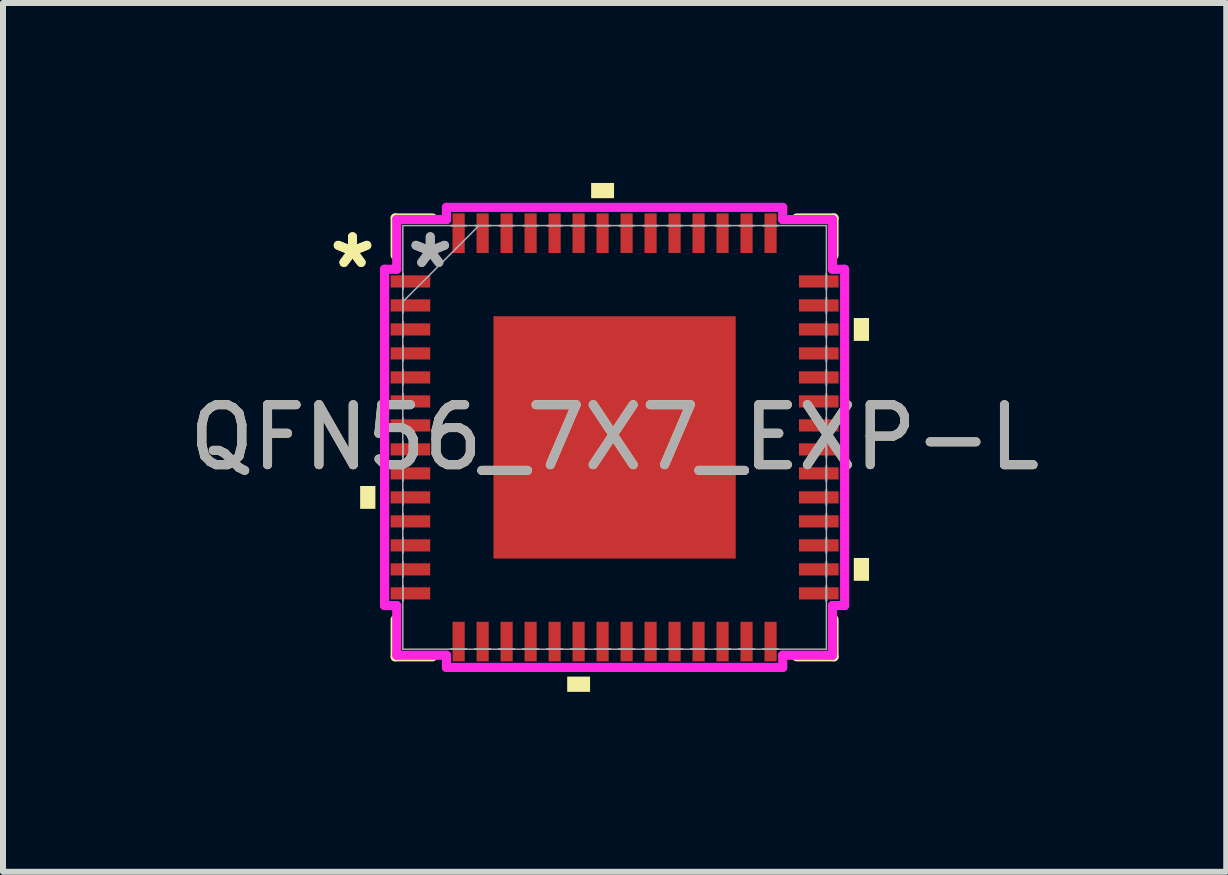
<source format=kicad_pcb>
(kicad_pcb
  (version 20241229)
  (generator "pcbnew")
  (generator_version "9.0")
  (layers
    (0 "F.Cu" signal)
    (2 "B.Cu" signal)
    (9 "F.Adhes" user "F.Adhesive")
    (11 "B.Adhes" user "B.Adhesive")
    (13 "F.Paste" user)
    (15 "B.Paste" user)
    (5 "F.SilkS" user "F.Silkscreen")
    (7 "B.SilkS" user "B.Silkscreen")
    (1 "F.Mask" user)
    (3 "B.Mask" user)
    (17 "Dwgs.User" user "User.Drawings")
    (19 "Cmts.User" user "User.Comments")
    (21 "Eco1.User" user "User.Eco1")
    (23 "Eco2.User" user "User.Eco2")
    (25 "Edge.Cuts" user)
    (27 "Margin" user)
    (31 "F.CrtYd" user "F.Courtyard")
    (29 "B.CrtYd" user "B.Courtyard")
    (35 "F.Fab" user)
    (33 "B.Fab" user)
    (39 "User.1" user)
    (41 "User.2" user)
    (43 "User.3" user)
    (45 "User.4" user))
  (footprint "QFN56_7X7_EXP-L"
    (layer "F.Cu")
    (at 7.196 4.242)
    (property "Reference" "QFN56_7X7_EXP-L" (at 0 0 0) (unlocked yes) (layer "F.SilkS") (effects (font (size 1 1) (thickness 0.15))))
    (attr smd)
    (fp_line (start -3.658 -3.658) (end -3.658 -3.034) (stroke (width 0.152) (type solid)) (layer "F.SilkS"))
    (fp_line (start -3.658 3.034) (end -3.658 3.658) (stroke (width 0.152) (type solid)) (layer "F.SilkS"))
    (fp_line (start -3.658 3.658) (end -3.034 3.658) (stroke (width 0.152) (type solid)) (layer "F.SilkS"))
    (fp_line (start -3.034 -3.658) (end -3.658 -3.658) (stroke (width 0.152) (type solid)) (layer "F.SilkS"))
    (fp_line (start 3.034 3.658) (end 3.658 3.658) (stroke (width 0.152) (type solid)) (layer "F.SilkS"))
    (fp_line (start 3.658 -3.658) (end 3.034 -3.658) (stroke (width 0.152) (type solid)) (layer "F.SilkS"))
    (fp_line (start 3.658 -3.034) (end 3.658 -3.658) (stroke (width 0.152) (type solid)) (layer "F.SilkS"))
    (fp_line (start 3.658 3.658) (end 3.658 3.034) (stroke (width 0.152) (type solid)) (layer "F.SilkS"))
    (fp_poly (pts (xy -4.242 0.81) (xy -4.242 1.191) (xy -3.988 1.191) (xy -3.988 0.81)) (stroke (width 0) (type solid)) (fill yes) (layer "F.SilkS"))
    (fp_poly (pts (xy -0.79 3.988) (xy -0.79 4.242) (xy -0.409 4.242) (xy -0.409 3.988)) (stroke (width 0) (type solid)) (fill yes) (layer "F.SilkS"))
    (fp_poly (pts (xy -0.391 -3.988) (xy -0.391 -4.242) (xy -0.009 -4.242) (xy -0.009 -3.988)) (stroke (width 0) (type solid)) (fill yes) (layer "F.SilkS"))
    (fp_poly (pts (xy 4.242 -1.99) (xy 4.242 -1.609) (xy 3.988 -1.609) (xy 3.988 -1.99)) (stroke (width 0) (type solid)) (fill yes) (layer "F.SilkS"))
    (fp_poly (pts (xy 4.242 2.01) (xy 4.242 2.391) (xy 3.988 2.391) (xy 3.988 2.01)) (stroke (width 0) (type solid)) (fill yes) (layer "F.SilkS"))
    (fp_poly (pts (xy -1.919 -1.919) (xy -1.919 -0.773) (xy -0.773 -0.773) (xy -0.773 -1.919)) (stroke (width 0) (type solid)) (fill yes) (layer "F.Paste"))
    (fp_poly (pts (xy -1.919 -0.573) (xy -1.919 0.573) (xy -0.773 0.573) (xy -0.773 -0.573)) (stroke (width 0) (type solid)) (fill yes) (layer "F.Paste"))
    (fp_poly (pts (xy -1.919 0.773) (xy -1.919 1.919) (xy -0.773 1.919) (xy -0.773 0.773)) (stroke (width 0) (type solid)) (fill yes) (layer "F.Paste"))
    (fp_poly (pts (xy -0.573 -1.919) (xy -0.573 -0.773) (xy 0.573 -0.773) (xy 0.573 -1.919)) (stroke (width 0) (type solid)) (fill yes) (layer "F.Paste"))
    (fp_poly (pts (xy -0.573 -0.573) (xy -0.573 0.573) (xy 0.573 0.573) (xy 0.573 -0.573)) (stroke (width 0) (type solid)) (fill yes) (layer "F.Paste"))
    (fp_poly (pts (xy -0.573 0.773) (xy -0.573 1.919) (xy 0.573 1.919) (xy 0.573 0.773)) (stroke (width 0) (type solid)) (fill yes) (layer "F.Paste"))
    (fp_poly (pts (xy 0.773 -1.919) (xy 0.773 -0.773) (xy 1.919 -0.773) (xy 1.919 -1.919)) (stroke (width 0) (type solid)) (fill yes) (layer "F.Paste"))
    (fp_poly (pts (xy 0.773 -0.573) (xy 0.773 0.573) (xy 1.919 0.573) (xy 1.919 -0.573)) (stroke (width 0) (type solid)) (fill yes) (layer "F.Paste"))
    (fp_poly (pts (xy 0.773 0.773) (xy 0.773 1.919) (xy 1.919 1.919) (xy 1.919 0.773)) (stroke (width 0) (type solid)) (fill yes) (layer "F.Paste"))
    (fp_line (start -3.835 -2.803) (end -3.632 -2.803) (stroke (width 0.152) (type solid)) (layer "F.CrtYd"))
    (fp_line (start -3.835 2.803) (end -3.835 -2.803) (stroke (width 0.152) (type solid)) (layer "F.CrtYd"))
    (fp_line (start -3.632 -3.632) (end -2.803 -3.632) (stroke (width 0.152) (type solid)) (layer "F.CrtYd"))
    (fp_line (start -3.632 -2.803) (end -3.632 -3.632) (stroke (width 0.152) (type solid)) (layer "F.CrtYd"))
    (fp_line (start -3.632 2.803) (end -3.835 2.803) (stroke (width 0.152) (type solid)) (layer "F.CrtYd"))
    (fp_line (start -3.632 3.632) (end -3.632 2.803) (stroke (width 0.152) (type solid)) (layer "F.CrtYd"))
    (fp_line (start -2.803 -3.835) (end 2.803 -3.835) (stroke (width 0.152) (type solid)) (layer "F.CrtYd"))
    (fp_line (start -2.803 -3.632) (end -2.803 -3.835) (stroke (width 0.152) (type solid)) (layer "F.CrtYd"))
    (fp_line (start -2.803 3.632) (end -3.632 3.632) (stroke (width 0.152) (type solid)) (layer "F.CrtYd"))
    (fp_line (start -2.803 3.835) (end -2.803 3.632) (stroke (width 0.152) (type solid)) (layer "F.CrtYd"))
    (fp_line (start 2.803 -3.835) (end 2.803 -3.632) (stroke (width 0.152) (type solid)) (layer "F.CrtYd"))
    (fp_line (start 2.803 -3.632) (end 3.632 -3.632) (stroke (width 0.152) (type solid)) (layer "F.CrtYd"))
    (fp_line (start 2.803 3.632) (end 2.803 3.835) (stroke (width 0.152) (type solid)) (layer "F.CrtYd"))
    (fp_line (start 2.803 3.835) (end -2.803 3.835) (stroke (width 0.152) (type solid)) (layer "F.CrtYd"))
    (fp_line (start 3.632 -3.632) (end 3.632 -2.803) (stroke (width 0.152) (type solid)) (layer "F.CrtYd"))
    (fp_line (start 3.632 -2.803) (end 3.835 -2.803) (stroke (width 0.152) (type solid)) (layer "F.CrtYd"))
    (fp_line (start 3.632 2.803) (end 3.632 3.632) (stroke (width 0.152) (type solid)) (layer "F.CrtYd"))
    (fp_line (start 3.632 3.632) (end 2.803 3.632) (stroke (width 0.152) (type solid)) (layer "F.CrtYd"))
    (fp_line (start 3.835 -2.803) (end 3.835 2.803) (stroke (width 0.152) (type solid)) (layer "F.CrtYd"))
    (fp_line (start 3.835 2.803) (end 3.632 2.803) (stroke (width 0.152) (type solid)) (layer "F.CrtYd"))
    (fp_line (start -3.531 -3.531) (end -3.531 -3.531) (stroke (width 0.025) (type solid)) (layer "F.Fab"))
    (fp_line (start -3.531 -3.531) (end -3.531 3.531) (stroke (width 0.025) (type solid)) (layer "F.Fab"))
    (fp_line (start -3.531 -2.727) (end -3.531 -2.727) (stroke (width 0.025) (type solid)) (layer "F.Fab"))
    (fp_line (start -3.531 -2.727) (end -3.531 -2.473) (stroke (width 0.025) (type solid)) (layer "F.Fab"))
    (fp_line (start -3.531 -2.473) (end -3.531 -2.727) (stroke (width 0.025) (type solid)) (layer "F.Fab"))
    (fp_line (start -3.531 -2.473) (end -3.531 -2.473) (stroke (width 0.025) (type solid)) (layer "F.Fab"))
    (fp_line (start -3.531 -2.327) (end -3.531 -2.327) (stroke (width 0.025) (type solid)) (layer "F.Fab"))
    (fp_line (start -3.531 -2.327) (end -3.531 -2.073) (stroke (width 0.025) (type solid)) (layer "F.Fab"))
    (fp_line (start -3.531 -2.261) (end -2.261 -3.531) (stroke (width 0.025) (type solid)) (layer "F.Fab"))
    (fp_line (start -3.531 -2.073) (end -3.531 -2.327) (stroke (width 0.025) (type solid)) (layer "F.Fab"))
    (fp_line (start -3.531 -2.073) (end -3.531 -2.073) (stroke (width 0.025) (type solid)) (layer "F.Fab"))
    (fp_line (start -3.531 -1.927) (end -3.531 -1.927) (stroke (width 0.025) (type solid)) (layer "F.Fab"))
    (fp_line (start -3.531 -1.927) (end -3.531 -1.673) (stroke (width 0.025) (type solid)) (layer "F.Fab"))
    (fp_line (start -3.531 -1.673) (end -3.531 -1.927) (stroke (width 0.025) (type solid)) (layer "F.Fab"))
    (fp_line (start -3.531 -1.673) (end -3.531 -1.673) (stroke (width 0.025) (type solid)) (layer "F.Fab"))
    (fp_line (start -3.531 -1.527) (end -3.531 -1.527) (stroke (width 0.025) (type solid)) (layer "F.Fab"))
    (fp_line (start -3.531 -1.527) (end -3.531 -1.273) (stroke (width 0.025) (type solid)) (layer "F.Fab"))
    (fp_line (start -3.531 -1.273) (end -3.531 -1.527) (stroke (width 0.025) (type solid)) (layer "F.Fab"))
    (fp_line (start -3.531 -1.273) (end -3.531 -1.273) (stroke (width 0.025) (type solid)) (layer "F.Fab"))
    (fp_line (start -3.531 -1.127) (end -3.531 -1.127) (stroke (width 0.025) (type solid)) (layer "F.Fab"))
    (fp_line (start -3.531 -1.127) (end -3.531 -0.873) (stroke (width 0.025) (type solid)) (layer "F.Fab"))
    (fp_line (start -3.531 -0.873) (end -3.531 -1.127) (stroke (width 0.025) (type solid)) (layer "F.Fab"))
    (fp_line (start -3.531 -0.873) (end -3.531 -0.873) (stroke (width 0.025) (type solid)) (layer "F.Fab"))
    (fp_line (start -3.531 -0.727) (end -3.531 -0.727) (stroke (width 0.025) (type solid)) (layer "F.Fab"))
    (fp_line (start -3.531 -0.727) (end -3.531 -0.473) (stroke (width 0.025) (type solid)) (layer "F.Fab"))
    (fp_line (start -3.531 -0.473) (end -3.531 -0.727) (stroke (width 0.025) (type solid)) (layer "F.Fab"))
    (fp_line (start -3.531 -0.473) (end -3.531 -0.473) (stroke (width 0.025) (type solid)) (layer "F.Fab"))
    (fp_line (start -3.531 -0.327) (end -3.531 -0.327) (stroke (width 0.025) (type solid)) (layer "F.Fab"))
    (fp_line (start -3.531 -0.327) (end -3.531 -0.073) (stroke (width 0.025) (type solid)) (layer "F.Fab"))
    (fp_line (start -3.531 -0.073) (end -3.531 -0.327) (stroke (width 0.025) (type solid)) (layer "F.Fab"))
    (fp_line (start -3.531 -0.073) (end -3.531 -0.073) (stroke (width 0.025) (type solid)) (layer "F.Fab"))
    (fp_line (start -3.531 0.073) (end -3.531 0.073) (stroke (width 0.025) (type solid)) (layer "F.Fab"))
    (fp_line (start -3.531 0.073) (end -3.531 0.327) (stroke (width 0.025) (type solid)) (layer "F.Fab"))
    (fp_line (start -3.531 0.327) (end -3.531 0.073) (stroke (width 0.025) (type solid)) (layer "F.Fab"))
    (fp_line (start -3.531 0.327) (end -3.531 0.327) (stroke (width 0.025) (type solid)) (layer "F.Fab"))
    (fp_line (start -3.531 0.473) (end -3.531 0.473) (stroke (width 0.025) (type solid)) (layer "F.Fab"))
    (fp_line (start -3.531 0.473) (end -3.531 0.727) (stroke (width 0.025) (type solid)) (layer "F.Fab"))
    (fp_line (start -3.531 0.727) (end -3.531 0.473) (stroke (width 0.025) (type solid)) (layer "F.Fab"))
    (fp_line (start -3.531 0.727) (end -3.531 0.727) (stroke (width 0.025) (type solid)) (layer "F.Fab"))
    (fp_line (start -3.531 0.873) (end -3.531 0.873) (stroke (width 0.025) (type solid)) (layer "F.Fab"))
    (fp_line (start -3.531 0.873) (end -3.531 1.127) (stroke (width 0.025) (type solid)) (layer "F.Fab"))
    (fp_line (start -3.531 1.127) (end -3.531 0.873) (stroke (width 0.025) (type solid)) (layer "F.Fab"))
    (fp_line (start -3.531 1.127) (end -3.531 1.127) (stroke (width 0.025) (type solid)) (layer "F.Fab"))
    (fp_line (start -3.531 1.273) (end -3.531 1.273) (stroke (width 0.025) (type solid)) (layer "F.Fab"))
    (fp_line (start -3.531 1.273) (end -3.531 1.527) (stroke (width 0.025) (type solid)) (layer "F.Fab"))
    (fp_line (start -3.531 1.527) (end -3.531 1.273) (stroke (width 0.025) (type solid)) (layer "F.Fab"))
    (fp_line (start -3.531 1.527) (end -3.531 1.527) (stroke (width 0.025) (type solid)) (layer "F.Fab"))
    (fp_line (start -3.531 1.673) (end -3.531 1.673) (stroke (width 0.025) (type solid)) (layer "F.Fab"))
    (fp_line (start -3.531 1.673) (end -3.531 1.927) (stroke (width 0.025) (type solid)) (layer "F.Fab"))
    (fp_line (start -3.531 1.927) (end -3.531 1.673) (stroke (width 0.025) (type solid)) (layer "F.Fab"))
    (fp_line (start -3.531 1.927) (end -3.531 1.927) (stroke (width 0.025) (type solid)) (layer "F.Fab"))
    (fp_line (start -3.531 2.073) (end -3.531 2.073) (stroke (width 0.025) (type solid)) (layer "F.Fab"))
    (fp_line (start -3.531 2.073) (end -3.531 2.327) (stroke (width 0.025) (type solid)) (layer "F.Fab"))
    (fp_line (start -3.531 2.327) (end -3.531 2.073) (stroke (width 0.025) (type solid)) (layer "F.Fab"))
    (fp_line (start -3.531 2.327) (end -3.531 2.327) (stroke (width 0.025) (type solid)) (layer "F.Fab"))
    (fp_line (start -3.531 2.473) (end -3.531 2.473) (stroke (width 0.025) (type solid)) (layer "F.Fab"))
    (fp_line (start -3.531 2.473) (end -3.531 2.727) (stroke (width 0.025) (type solid)) (layer "F.Fab"))
    (fp_line (start -3.531 2.727) (end -3.531 2.473) (stroke (width 0.025) (type solid)) (layer "F.Fab"))
    (fp_line (start -3.531 2.727) (end -3.531 2.727) (stroke (width 0.025) (type solid)) (layer "F.Fab"))
    (fp_line (start -3.531 3.531) (end -3.531 3.531) (stroke (width 0.025) (type solid)) (layer "F.Fab"))
    (fp_line (start -3.531 3.531) (end 3.531 3.531) (stroke (width 0.025) (type solid)) (layer "F.Fab"))
    (fp_line (start -2.727 -3.531) (end -2.727 -3.531) (stroke (width 0.025) (type solid)) (layer "F.Fab"))
    (fp_line (start -2.727 -3.531) (end -2.473 -3.531) (stroke (width 0.025) (type solid)) (layer "F.Fab"))
    (fp_line (start -2.727 3.531) (end -2.727 3.531) (stroke (width 0.025) (type solid)) (layer "F.Fab"))
    (fp_line (start -2.727 3.531) (end -2.473 3.531) (stroke (width 0.025) (type solid)) (layer "F.Fab"))
    (fp_line (start -2.473 -3.531) (end -2.727 -3.531) (stroke (width 0.025) (type solid)) (layer "F.Fab"))
    (fp_line (start -2.473 -3.531) (end -2.473 -3.531) (stroke (width 0.025) (type solid)) (layer "F.Fab"))
    (fp_line (start -2.473 3.531) (end -2.727 3.531) (stroke (width 0.025) (type solid)) (layer "F.Fab"))
    (fp_line (start -2.473 3.531) (end -2.473 3.531) (stroke (width 0.025) (type solid)) (layer "F.Fab"))
    (fp_line (start -2.327 -3.531) (end -2.327 -3.531) (stroke (width 0.025) (type solid)) (layer "F.Fab"))
    (fp_line (start -2.327 -3.531) (end -2.073 -3.531) (stroke (width 0.025) (type solid)) (layer "F.Fab"))
    (fp_line (start -2.327 3.531) (end -2.327 3.531) (stroke (width 0.025) (type solid)) (layer "F.Fab"))
    (fp_line (start -2.327 3.531) (end -2.073 3.531) (stroke (width 0.025) (type solid)) (layer "F.Fab"))
    (fp_line (start -2.073 -3.531) (end -2.327 -3.531) (stroke (width 0.025) (type solid)) (layer "F.Fab"))
    (fp_line (start -2.073 -3.531) (end -2.073 -3.531) (stroke (width 0.025) (type solid)) (layer "F.Fab"))
    (fp_line (start -2.073 3.531) (end -2.327 3.531) (stroke (width 0.025) (type solid)) (layer "F.Fab"))
    (fp_line (start -2.073 3.531) (end -2.073 3.531) (stroke (width 0.025) (type solid)) (layer "F.Fab"))
    (fp_line (start -1.927 -3.531) (end -1.927 -3.531) (stroke (width 0.025) (type solid)) (layer "F.Fab"))
    (fp_line (start -1.927 -3.531) (end -1.673 -3.531) (stroke (width 0.025) (type solid)) (layer "F.Fab"))
    (fp_line (start -1.927 3.531) (end -1.927 3.531) (stroke (width 0.025) (type solid)) (layer "F.Fab"))
    (fp_line (start -1.927 3.531) (end -1.673 3.531) (stroke (width 0.025) (type solid)) (layer "F.Fab"))
    (fp_line (start -1.673 -3.531) (end -1.927 -3.531) (stroke (width 0.025) (type solid)) (layer "F.Fab"))
    (fp_line (start -1.673 -3.531) (end -1.673 -3.531) (stroke (width 0.025) (type solid)) (layer "F.Fab"))
    (fp_line (start -1.673 3.531) (end -1.927 3.531) (stroke (width 0.025) (type solid)) (layer "F.Fab"))
    (fp_line (start -1.673 3.531) (end -1.673 3.531) (stroke (width 0.025) (type solid)) (layer "F.Fab"))
    (fp_line (start -1.527 -3.531) (end -1.527 -3.531) (stroke (width 0.025) (type solid)) (layer "F.Fab"))
    (fp_line (start -1.527 -3.531) (end -1.273 -3.531) (stroke (width 0.025) (type solid)) (layer "F.Fab"))
    (fp_line (start -1.527 3.531) (end -1.527 3.531) (stroke (width 0.025) (type solid)) (layer "F.Fab"))
    (fp_line (start -1.527 3.531) (end -1.273 3.531) (stroke (width 0.025) (type solid)) (layer "F.Fab"))
    (fp_line (start -1.273 -3.531) (end -1.527 -3.531) (stroke (width 0.025) (type solid)) (layer "F.Fab"))
    (fp_line (start -1.273 -3.531) (end -1.273 -3.531) (stroke (width 0.025) (type solid)) (layer "F.Fab"))
    (fp_line (start -1.273 3.531) (end -1.527 3.531) (stroke (width 0.025) (type solid)) (layer "F.Fab"))
    (fp_line (start -1.273 3.531) (end -1.273 3.531) (stroke (width 0.025) (type solid)) (layer "F.Fab"))
    (fp_line (start -1.127 -3.531) (end -1.127 -3.531) (stroke (width 0.025) (type solid)) (layer "F.Fab"))
    (fp_line (start -1.127 -3.531) (end -0.873 -3.531) (stroke (width 0.025) (type solid)) (layer "F.Fab"))
    (fp_line (start -1.127 3.531) (end -1.127 3.531) (stroke (width 0.025) (type solid)) (layer "F.Fab"))
    (fp_line (start -1.127 3.531) (end -0.873 3.531) (stroke (width 0.025) (type solid)) (layer "F.Fab"))
    (fp_line (start -0.873 -3.531) (end -1.127 -3.531) (stroke (width 0.025) (type solid)) (layer "F.Fab"))
    (fp_line (start -0.873 -3.531) (end -0.873 -3.531) (stroke (width 0.025) (type solid)) (layer "F.Fab"))
    (fp_line (start -0.873 3.531) (end -1.127 3.531) (stroke (width 0.025) (type solid)) (layer "F.Fab"))
    (fp_line (start -0.873 3.531) (end -0.873 3.531) (stroke (width 0.025) (type solid)) (layer "F.Fab"))
    (fp_line (start -0.727 -3.531) (end -0.727 -3.531) (stroke (width 0.025) (type solid)) (layer "F.Fab"))
    (fp_line (start -0.727 -3.531) (end -0.473 -3.531) (stroke (width 0.025) (type solid)) (layer "F.Fab"))
    (fp_line (start -0.727 3.531) (end -0.727 3.531) (stroke (width 0.025) (type solid)) (layer "F.Fab"))
    (fp_line (start -0.727 3.531) (end -0.473 3.531) (stroke (width 0.025) (type solid)) (layer "F.Fab"))
    (fp_line (start -0.473 -3.531) (end -0.727 -3.531) (stroke (width 0.025) (type solid)) (layer "F.Fab"))
    (fp_line (start -0.473 -3.531) (end -0.473 -3.531) (stroke (width 0.025) (type solid)) (layer "F.Fab"))
    (fp_line (start -0.473 3.531) (end -0.727 3.531) (stroke (width 0.025) (type solid)) (layer "F.Fab"))
    (fp_line (start -0.473 3.531) (end -0.473 3.531) (stroke (width 0.025) (type solid)) (layer "F.Fab"))
    (fp_line (start -0.327 -3.531) (end -0.327 -3.531) (stroke (width 0.025) (type solid)) (layer "F.Fab"))
    (fp_line (start -0.327 -3.531) (end -0.073 -3.531) (stroke (width 0.025) (type solid)) (layer "F.Fab"))
    (fp_line (start -0.327 3.531) (end -0.327 3.531) (stroke (width 0.025) (type solid)) (layer "F.Fab"))
    (fp_line (start -0.327 3.531) (end -0.073 3.531) (stroke (width 0.025) (type solid)) (layer "F.Fab"))
    (fp_line (start -0.073 -3.531) (end -0.327 -3.531) (stroke (width 0.025) (type solid)) (layer "F.Fab"))
    (fp_line (start -0.073 -3.531) (end -0.073 -3.531) (stroke (width 0.025) (type solid)) (layer "F.Fab"))
    (fp_line (start -0.073 3.531) (end -0.327 3.531) (stroke (width 0.025) (type solid)) (layer "F.Fab"))
    (fp_line (start -0.073 3.531) (end -0.073 3.531) (stroke (width 0.025) (type solid)) (layer "F.Fab"))
    (fp_line (start 0.073 -3.531) (end 0.073 -3.531) (stroke (width 0.025) (type solid)) (layer "F.Fab"))
    (fp_line (start 0.073 -3.531) (end 0.327 -3.531) (stroke (width 0.025) (type solid)) (layer "F.Fab"))
    (fp_line (start 0.073 3.531) (end 0.073 3.531) (stroke (width 0.025) (type solid)) (layer "F.Fab"))
    (fp_line (start 0.073 3.531) (end 0.327 3.531) (stroke (width 0.025) (type solid)) (layer "F.Fab"))
    (fp_line (start 0.327 -3.531) (end 0.073 -3.531) (stroke (width 0.025) (type solid)) (layer "F.Fab"))
    (fp_line (start 0.327 -3.531) (end 0.327 -3.531) (stroke (width 0.025) (type solid)) (layer "F.Fab"))
    (fp_line (start 0.327 3.531) (end 0.073 3.531) (stroke (width 0.025) (type solid)) (layer "F.Fab"))
    (fp_line (start 0.327 3.531) (end 0.327 3.531) (stroke (width 0.025) (type solid)) (layer "F.Fab"))
    (fp_line (start 0.473 -3.531) (end 0.473 -3.531) (stroke (width 0.025) (type solid)) (layer "F.Fab"))
    (fp_line (start 0.473 -3.531) (end 0.727 -3.531) (stroke (width 0.025) (type solid)) (layer "F.Fab"))
    (fp_line (start 0.473 3.531) (end 0.473 3.531) (stroke (width 0.025) (type solid)) (layer "F.Fab"))
    (fp_line (start 0.473 3.531) (end 0.727 3.531) (stroke (width 0.025) (type solid)) (layer "F.Fab"))
    (fp_line (start 0.727 -3.531) (end 0.473 -3.531) (stroke (width 0.025) (type solid)) (layer "F.Fab"))
    (fp_line (start 0.727 -3.531) (end 0.727 -3.531) (stroke (width 0.025) (type solid)) (layer "F.Fab"))
    (fp_line (start 0.727 3.531) (end 0.473 3.531) (stroke (width 0.025) (type solid)) (layer "F.Fab"))
    (fp_line (start 0.727 3.531) (end 0.727 3.531) (stroke (width 0.025) (type solid)) (layer "F.Fab"))
    (fp_line (start 0.873 -3.531) (end 0.873 -3.531) (stroke (width 0.025) (type solid)) (layer "F.Fab"))
    (fp_line (start 0.873 -3.531) (end 1.127 -3.531) (stroke (width 0.025) (type solid)) (layer "F.Fab"))
    (fp_line (start 0.873 3.531) (end 0.873 3.531) (stroke (width 0.025) (type solid)) (layer "F.Fab"))
    (fp_line (start 0.873 3.531) (end 1.127 3.531) (stroke (width 0.025) (type solid)) (layer "F.Fab"))
    (fp_line (start 1.127 -3.531) (end 0.873 -3.531) (stroke (width 0.025) (type solid)) (layer "F.Fab"))
    (fp_line (start 1.127 -3.531) (end 1.127 -3.531) (stroke (width 0.025) (type solid)) (layer "F.Fab"))
    (fp_line (start 1.127 3.531) (end 0.873 3.531) (stroke (width 0.025) (type solid)) (layer "F.Fab"))
    (fp_line (start 1.127 3.531) (end 1.127 3.531) (stroke (width 0.025) (type solid)) (layer "F.Fab"))
    (fp_line (start 1.273 -3.531) (end 1.273 -3.531) (stroke (width 0.025) (type solid)) (layer "F.Fab"))
    (fp_line (start 1.273 -3.531) (end 1.527 -3.531) (stroke (width 0.025) (type solid)) (layer "F.Fab"))
    (fp_line (start 1.273 3.531) (end 1.273 3.531) (stroke (width 0.025) (type solid)) (layer "F.Fab"))
    (fp_line (start 1.273 3.531) (end 1.527 3.531) (stroke (width 0.025) (type solid)) (layer "F.Fab"))
    (fp_line (start 1.527 -3.531) (end 1.273 -3.531) (stroke (width 0.025) (type solid)) (layer "F.Fab"))
    (fp_line (start 1.527 -3.531) (end 1.527 -3.531) (stroke (width 0.025) (type solid)) (layer "F.Fab"))
    (fp_line (start 1.527 3.531) (end 1.273 3.531) (stroke (width 0.025) (type solid)) (layer "F.Fab"))
    (fp_line (start 1.527 3.531) (end 1.527 3.531) (stroke (width 0.025) (type solid)) (layer "F.Fab"))
    (fp_line (start 1.673 -3.531) (end 1.673 -3.531) (stroke (width 0.025) (type solid)) (layer "F.Fab"))
    (fp_line (start 1.673 -3.531) (end 1.927 -3.531) (stroke (width 0.025) (type solid)) (layer "F.Fab"))
    (fp_line (start 1.673 3.531) (end 1.673 3.531) (stroke (width 0.025) (type solid)) (layer "F.Fab"))
    (fp_line (start 1.673 3.531) (end 1.927 3.531) (stroke (width 0.025) (type solid)) (layer "F.Fab"))
    (fp_line (start 1.927 -3.531) (end 1.673 -3.531) (stroke (width 0.025) (type solid)) (layer "F.Fab"))
    (fp_line (start 1.927 -3.531) (end 1.927 -3.531) (stroke (width 0.025) (type solid)) (layer "F.Fab"))
    (fp_line (start 1.927 3.531) (end 1.673 3.531) (stroke (width 0.025) (type solid)) (layer "F.Fab"))
    (fp_line (start 1.927 3.531) (end 1.927 3.531) (stroke (width 0.025) (type solid)) (layer "F.Fab"))
    (fp_line (start 2.073 -3.531) (end 2.073 -3.531) (stroke (width 0.025) (type solid)) (layer "F.Fab"))
    (fp_line (start 2.073 -3.531) (end 2.327 -3.531) (stroke (width 0.025) (type solid)) (layer "F.Fab"))
    (fp_line (start 2.073 3.531) (end 2.073 3.531) (stroke (width 0.025) (type solid)) (layer "F.Fab"))
    (fp_line (start 2.073 3.531) (end 2.327 3.531) (stroke (width 0.025) (type solid)) (layer "F.Fab"))
    (fp_line (start 2.327 -3.531) (end 2.073 -3.531) (stroke (width 0.025) (type solid)) (layer "F.Fab"))
    (fp_line (start 2.327 -3.531) (end 2.327 -3.531) (stroke (width 0.025) (type solid)) (layer "F.Fab"))
    (fp_line (start 2.327 3.531) (end 2.073 3.531) (stroke (width 0.025) (type solid)) (layer "F.Fab"))
    (fp_line (start 2.327 3.531) (end 2.327 3.531) (stroke (width 0.025) (type solid)) (layer "F.Fab"))
    (fp_line (start 2.473 -3.531) (end 2.473 -3.531) (stroke (width 0.025) (type solid)) (layer "F.Fab"))
    (fp_line (start 2.473 -3.531) (end 2.727 -3.531) (stroke (width 0.025) (type solid)) (layer "F.Fab"))
    (fp_line (start 2.473 3.531) (end 2.473 3.531) (stroke (width 0.025) (type solid)) (layer "F.Fab"))
    (fp_line (start 2.473 3.531) (end 2.727 3.531) (stroke (width 0.025) (type solid)) (layer "F.Fab"))
    (fp_line (start 2.727 -3.531) (end 2.473 -3.531) (stroke (width 0.025) (type solid)) (layer "F.Fab"))
    (fp_line (start 2.727 -3.531) (end 2.727 -3.531) (stroke (width 0.025) (type solid)) (layer "F.Fab"))
    (fp_line (start 2.727 3.531) (end 2.473 3.531) (stroke (width 0.025) (type solid)) (layer "F.Fab"))
    (fp_line (start 2.727 3.531) (end 2.727 3.531) (stroke (width 0.025) (type solid)) (layer "F.Fab"))
    (fp_line (start 3.531 -3.531) (end -3.531 -3.531) (stroke (width 0.025) (type solid)) (layer "F.Fab"))
    (fp_line (start 3.531 -3.531) (end 3.531 -3.531) (stroke (width 0.025) (type solid)) (layer "F.Fab"))
    (fp_line (start 3.531 -2.727) (end 3.531 -2.727) (stroke (width 0.025) (type solid)) (layer "F.Fab"))
    (fp_line (start 3.531 -2.727) (end 3.531 -2.473) (stroke (width 0.025) (type solid)) (layer "F.Fab"))
    (fp_line (start 3.531 -2.473) (end 3.531 -2.727) (stroke (width 0.025) (type solid)) (layer "F.Fab"))
    (fp_line (start 3.531 -2.473) (end 3.531 -2.473) (stroke (width 0.025) (type solid)) (layer "F.Fab"))
    (fp_line (start 3.531 -2.327) (end 3.531 -2.327) (stroke (width 0.025) (type solid)) (layer "F.Fab"))
    (fp_line (start 3.531 -2.327) (end 3.531 -2.073) (stroke (width 0.025) (type solid)) (layer "F.Fab"))
    (fp_line (start 3.531 -2.073) (end 3.531 -2.327) (stroke (width 0.025) (type solid)) (layer "F.Fab"))
    (fp_line (start 3.531 -2.073) (end 3.531 -2.073) (stroke (width 0.025) (type solid)) (layer "F.Fab"))
    (fp_line (start 3.531 -1.927) (end 3.531 -1.927) (stroke (width 0.025) (type solid)) (layer "F.Fab"))
    (fp_line (start 3.531 -1.927) (end 3.531 -1.673) (stroke (width 0.025) (type solid)) (layer "F.Fab"))
    (fp_line (start 3.531 -1.673) (end 3.531 -1.927) (stroke (width 0.025) (type solid)) (layer "F.Fab"))
    (fp_line (start 3.531 -1.673) (end 3.531 -1.673) (stroke (width 0.025) (type solid)) (layer "F.Fab"))
    (fp_line (start 3.531 -1.527) (end 3.531 -1.527) (stroke (width 0.025) (type solid)) (layer "F.Fab"))
    (fp_line (start 3.531 -1.527) (end 3.531 -1.273) (stroke (width 0.025) (type solid)) (layer "F.Fab"))
    (fp_line (start 3.531 -1.273) (end 3.531 -1.527) (stroke (width 0.025) (type solid)) (layer "F.Fab"))
    (fp_line (start 3.531 -1.273) (end 3.531 -1.273) (stroke (width 0.025) (type solid)) (layer "F.Fab"))
    (fp_line (start 3.531 -1.127) (end 3.531 -1.127) (stroke (width 0.025) (type solid)) (layer "F.Fab"))
    (fp_line (start 3.531 -1.127) (end 3.531 -0.873) (stroke (width 0.025) (type solid)) (layer "F.Fab"))
    (fp_line (start 3.531 -0.873) (end 3.531 -1.127) (stroke (width 0.025) (type solid)) (layer "F.Fab"))
    (fp_line (start 3.531 -0.873) (end 3.531 -0.873) (stroke (width 0.025) (type solid)) (layer "F.Fab"))
    (fp_line (start 3.531 -0.727) (end 3.531 -0.727) (stroke (width 0.025) (type solid)) (layer "F.Fab"))
    (fp_line (start 3.531 -0.727) (end 3.531 -0.473) (stroke (width 0.025) (type solid)) (layer "F.Fab"))
    (fp_line (start 3.531 -0.473) (end 3.531 -0.727) (stroke (width 0.025) (type solid)) (layer "F.Fab"))
    (fp_line (start 3.531 -0.473) (end 3.531 -0.473) (stroke (width 0.025) (type solid)) (layer "F.Fab"))
    (fp_line (start 3.531 -0.327) (end 3.531 -0.327) (stroke (width 0.025) (type solid)) (layer "F.Fab"))
    (fp_line (start 3.531 -0.327) (end 3.531 -0.073) (stroke (width 0.025) (type solid)) (layer "F.Fab"))
    (fp_line (start 3.531 -0.073) (end 3.531 -0.327) (stroke (width 0.025) (type solid)) (layer "F.Fab"))
    (fp_line (start 3.531 -0.073) (end 3.531 -0.073) (stroke (width 0.025) (type solid)) (layer "F.Fab"))
    (fp_line (start 3.531 0.073) (end 3.531 0.073) (stroke (width 0.025) (type solid)) (layer "F.Fab"))
    (fp_line (start 3.531 0.073) (end 3.531 0.327) (stroke (width 0.025) (type solid)) (layer "F.Fab"))
    (fp_line (start 3.531 0.327) (end 3.531 0.073) (stroke (width 0.025) (type solid)) (layer "F.Fab"))
    (fp_line (start 3.531 0.327) (end 3.531 0.327) (stroke (width 0.025) (type solid)) (layer "F.Fab"))
    (fp_line (start 3.531 0.473) (end 3.531 0.473) (stroke (width 0.025) (type solid)) (layer "F.Fab"))
    (fp_line (start 3.531 0.473) (end 3.531 0.727) (stroke (width 0.025) (type solid)) (layer "F.Fab"))
    (fp_line (start 3.531 0.727) (end 3.531 0.473) (stroke (width 0.025) (type solid)) (layer "F.Fab"))
    (fp_line (start 3.531 0.727) (end 3.531 0.727) (stroke (width 0.025) (type solid)) (layer "F.Fab"))
    (fp_line (start 3.531 0.873) (end 3.531 0.873) (stroke (width 0.025) (type solid)) (layer "F.Fab"))
    (fp_line (start 3.531 0.873) (end 3.531 1.127) (stroke (width 0.025) (type solid)) (layer "F.Fab"))
    (fp_line (start 3.531 1.127) (end 3.531 0.873) (stroke (width 0.025) (type solid)) (layer "F.Fab"))
    (fp_line (start 3.531 1.127) (end 3.531 1.127) (stroke (width 0.025) (type solid)) (layer "F.Fab"))
    (fp_line (start 3.531 1.273) (end 3.531 1.273) (stroke (width 0.025) (type solid)) (layer "F.Fab"))
    (fp_line (start 3.531 1.273) (end 3.531 1.527) (stroke (width 0.025) (type solid)) (layer "F.Fab"))
    (fp_line (start 3.531 1.527) (end 3.531 1.273) (stroke (width 0.025) (type solid)) (layer "F.Fab"))
    (fp_line (start 3.531 1.527) (end 3.531 1.527) (stroke (width 0.025) (type solid)) (layer "F.Fab"))
    (fp_line (start 3.531 1.673) (end 3.531 1.673) (stroke (width 0.025) (type solid)) (layer "F.Fab"))
    (fp_line (start 3.531 1.673) (end 3.531 1.927) (stroke (width 0.025) (type solid)) (layer "F.Fab"))
    (fp_line (start 3.531 1.927) (end 3.531 1.673) (stroke (width 0.025) (type solid)) (layer "F.Fab"))
    (fp_line (start 3.531 1.927) (end 3.531 1.927) (stroke (width 0.025) (type solid)) (layer "F.Fab"))
    (fp_line (start 3.531 2.073) (end 3.531 2.073) (stroke (width 0.025) (type solid)) (layer "F.Fab"))
    (fp_line (start 3.531 2.073) (end 3.531 2.327) (stroke (width 0.025) (type solid)) (layer "F.Fab"))
    (fp_line (start 3.531 2.327) (end 3.531 2.073) (stroke (width 0.025) (type solid)) (layer "F.Fab"))
    (fp_line (start 3.531 2.327) (end 3.531 2.327) (stroke (width 0.025) (type solid)) (layer "F.Fab"))
    (fp_line (start 3.531 2.473) (end 3.531 2.473) (stroke (width 0.025) (type solid)) (layer "F.Fab"))
    (fp_line (start 3.531 2.473) (end 3.531 2.727) (stroke (width 0.025) (type solid)) (layer "F.Fab"))
    (fp_line (start 3.531 2.727) (end 3.531 2.473) (stroke (width 0.025) (type solid)) (layer "F.Fab"))
    (fp_line (start 3.531 2.727) (end 3.531 2.727) (stroke (width 0.025) (type solid)) (layer "F.Fab"))
    (fp_line (start 3.531 3.531) (end 3.531 -3.531) (stroke (width 0.025) (type solid)) (layer "F.Fab"))
    (fp_line (start 3.531 3.531) (end 3.531 3.531) (stroke (width 0.025) (type solid)) (layer "F.Fab"))
    (fp_text user "*" (at -4.369 -2.8 0) (unlocked yes) (layer "F.SilkS") (effects (font (size 1 1) (thickness 0.15))))
    (fp_text user "*" (at -4.369 -2.8 0) (layer "F.SilkS") (effects (font (size 1 1) (thickness 0.15))))
    (fp_text user "*" (at -3.073 -2.8 0) (unlocked yes) (layer "F.Fab") (effects (font (size 1 1) (thickness 0.15))))
    (fp_text user "*" (at -3.073 -2.8 0) (layer "F.Fab") (effects (font (size 1 1) (thickness 0.15))))
    (fp_text user "${REFERENCE}" (at 0 0 0) (unlocked yes) (layer "F.Fab") (effects (font (size 1 1) (thickness 0.15))))
    (pad "1" smd rect (at -3.404 -2.6 90) (size 0.203 0.66) (layers "F.Cu" "F.Mask" "F.Paste"))
    (pad "2" smd rect (at -3.404 -2.2 90) (size 0.203 0.66) (layers "F.Cu" "F.Mask" "F.Paste"))
    (pad "3" smd rect (at -3.404 -1.8 90) (size 0.203 0.66) (layers "F.Cu" "F.Mask" "F.Paste"))
    (pad "4" smd rect (at -3.404 -1.4 90) (size 0.203 0.66) (layers "F.Cu" "F.Mask" "F.Paste"))
    (pad "5" smd rect (at -3.404 -1 90) (size 0.203 0.66) (layers "F.Cu" "F.Mask" "F.Paste"))
    (pad "6" smd rect (at -3.404 -0.6 90) (size 0.203 0.66) (layers "F.Cu" "F.Mask" "F.Paste"))
    (pad "7" smd rect (at -3.404 -0.2 90) (size 0.203 0.66) (layers "F.Cu" "F.Mask" "F.Paste"))
    (pad "8" smd rect (at -3.404 0.2 90) (size 0.203 0.66) (layers "F.Cu" "F.Mask" "F.Paste"))
    (pad "9" smd rect (at -3.404 0.6 90) (size 0.203 0.66) (layers "F.Cu" "F.Mask" "F.Paste"))
    (pad "10" smd rect (at -3.404 1 90) (size 0.203 0.66) (layers "F.Cu" "F.Mask" "F.Paste"))
    (pad "11" smd rect (at -3.404 1.4 90) (size 0.203 0.66) (layers "F.Cu" "F.Mask" "F.Paste"))
    (pad "12" smd rect (at -3.404 1.8 90) (size 0.203 0.66) (layers "F.Cu" "F.Mask" "F.Paste"))
    (pad "13" smd rect (at -3.404 2.2 90) (size 0.203 0.66) (layers "F.Cu" "F.Mask" "F.Paste"))
    (pad "14" smd rect (at -3.404 2.6 90) (size 0.203 0.66) (layers "F.Cu" "F.Mask" "F.Paste"))
    (pad "15" smd rect (at -2.6 3.404) (size 0.203 0.66) (layers "F.Cu" "F.Mask" "F.Paste"))
    (pad "16" smd rect (at -2.2 3.404) (size 0.203 0.66) (layers "F.Cu" "F.Mask" "F.Paste"))
    (pad "17" smd rect (at -1.8 3.404) (size 0.203 0.66) (layers "F.Cu" "F.Mask" "F.Paste"))
    (pad "18" smd rect (at -1.4 3.404) (size 0.203 0.66) (layers "F.Cu" "F.Mask" "F.Paste"))
    (pad "19" smd rect (at -1 3.404) (size 0.203 0.66) (layers "F.Cu" "F.Mask" "F.Paste"))
    (pad "20" smd rect (at -0.6 3.404) (size 0.203 0.66) (layers "F.Cu" "F.Mask" "F.Paste"))
    (pad "21" smd rect (at -0.2 3.404) (size 0.203 0.66) (layers "F.Cu" "F.Mask" "F.Paste"))
    (pad "22" smd rect (at 0.2 3.404) (size 0.203 0.66) (layers "F.Cu" "F.Mask" "F.Paste"))
    (pad "23" smd rect (at 0.6 3.404) (size 0.203 0.66) (layers "F.Cu" "F.Mask" "F.Paste"))
    (pad "24" smd rect (at 1 3.404) (size 0.203 0.66) (layers "F.Cu" "F.Mask" "F.Paste"))
    (pad "25" smd rect (at 1.4 3.404) (size 0.203 0.66) (layers "F.Cu" "F.Mask" "F.Paste"))
    (pad "26" smd rect (at 1.8 3.404) (size 0.203 0.66) (layers "F.Cu" "F.Mask" "F.Paste"))
    (pad "27" smd rect (at 2.2 3.404) (size 0.203 0.66) (layers "F.Cu" "F.Mask" "F.Paste"))
    (pad "28" smd rect (at 2.6 3.404) (size 0.203 0.66) (layers "F.Cu" "F.Mask" "F.Paste"))
    (pad "29" smd rect (at 3.404 2.6 90) (size 0.203 0.66) (layers "F.Cu" "F.Mask" "F.Paste"))
    (pad "30" smd rect (at 3.404 2.2 90) (size 0.203 0.66) (layers "F.Cu" "F.Mask" "F.Paste"))
    (pad "31" smd rect (at 3.404 1.8 90) (size 0.203 0.66) (layers "F.Cu" "F.Mask" "F.Paste"))
    (pad "32" smd rect (at 3.404 1.4 90) (size 0.203 0.66) (layers "F.Cu" "F.Mask" "F.Paste"))
    (pad "33" smd rect (at 3.404 1 90) (size 0.203 0.66) (layers "F.Cu" "F.Mask" "F.Paste"))
    (pad "34" smd rect (at 3.404 0.6 90) (size 0.203 0.66) (layers "F.Cu" "F.Mask" "F.Paste"))
    (pad "35" smd rect (at 3.404 0.2 90) (size 0.203 0.66) (layers "F.Cu" "F.Mask" "F.Paste"))
    (pad "36" smd rect (at 3.404 -0.2 90) (size 0.203 0.66) (layers "F.Cu" "F.Mask" "F.Paste"))
    (pad "37" smd rect (at 3.404 -0.6 90) (size 0.203 0.66) (layers "F.Cu" "F.Mask" "F.Paste"))
    (pad "38" smd rect (at 3.404 -1 90) (size 0.203 0.66) (layers "F.Cu" "F.Mask" "F.Paste"))
    (pad "39" smd rect (at 3.404 -1.4 90) (size 0.203 0.66) (layers "F.Cu" "F.Mask" "F.Paste"))
    (pad "40" smd rect (at 3.404 -1.8 90) (size 0.203 0.66) (layers "F.Cu" "F.Mask" "F.Paste"))
    (pad "41" smd rect (at 3.404 -2.2 90) (size 0.203 0.66) (layers "F.Cu" "F.Mask" "F.Paste"))
    (pad "42" smd rect (at 3.404 -2.6 90) (size 0.203 0.66) (layers "F.Cu" "F.Mask" "F.Paste"))
    (pad "43" smd rect (at 2.6 -3.404) (size 0.203 0.66) (layers "F.Cu" "F.Mask" "F.Paste"))
    (pad "44" smd rect (at 2.2 -3.404) (size 0.203 0.66) (layers "F.Cu" "F.Mask" "F.Paste"))
    (pad "45" smd rect (at 1.8 -3.404) (size 0.203 0.66) (layers "F.Cu" "F.Mask" "F.Paste"))
    (pad "46" smd rect (at 1.4 -3.404) (size 0.203 0.66) (layers "F.Cu" "F.Mask" "F.Paste"))
    (pad "47" smd rect (at 1 -3.404) (size 0.203 0.66) (layers "F.Cu" "F.Mask" "F.Paste"))
    (pad "48" smd rect (at 0.6 -3.404) (size 0.203 0.66) (layers "F.Cu" "F.Mask" "F.Paste"))
    (pad "49" smd rect (at 0.2 -3.404) (size 0.203 0.66) (layers "F.Cu" "F.Mask" "F.Paste"))
    (pad "50" smd rect (at -0.2 -3.404) (size 0.203 0.66) (layers "F.Cu" "F.Mask" "F.Paste"))
    (pad "51" smd rect (at -0.6 -3.404) (size 0.203 0.66) (layers "F.Cu" "F.Mask" "F.Paste"))
    (pad "52" smd rect (at -1 -3.404) (size 0.203 0.66) (layers "F.Cu" "F.Mask" "F.Paste"))
    (pad "53" smd rect (at -1.4 -3.404) (size 0.203 0.66) (layers "F.Cu" "F.Mask" "F.Paste"))
    (pad "54" smd rect (at -1.8 -3.404) (size 0.203 0.66) (layers "F.Cu" "F.Mask" "F.Paste"))
    (pad "55" smd rect (at -2.2 -3.404) (size 0.203 0.66) (layers "F.Cu" "F.Mask" "F.Paste"))
    (pad "56" smd rect (at -2.6 -3.404) (size 0.203 0.66) (layers "F.Cu" "F.Mask" "F.Paste"))
    (pad "57" smd rect (at 0 0) (size 4.039 4.039) (layers "F.Cu" "F.Mask")))
  (gr_rect
    (start -3 -3)
    (end 17.393 11.484)
    (stroke (width 0.1) (type default))
    (fill no)
    (layer "Edge.Cuts")))
</source>
